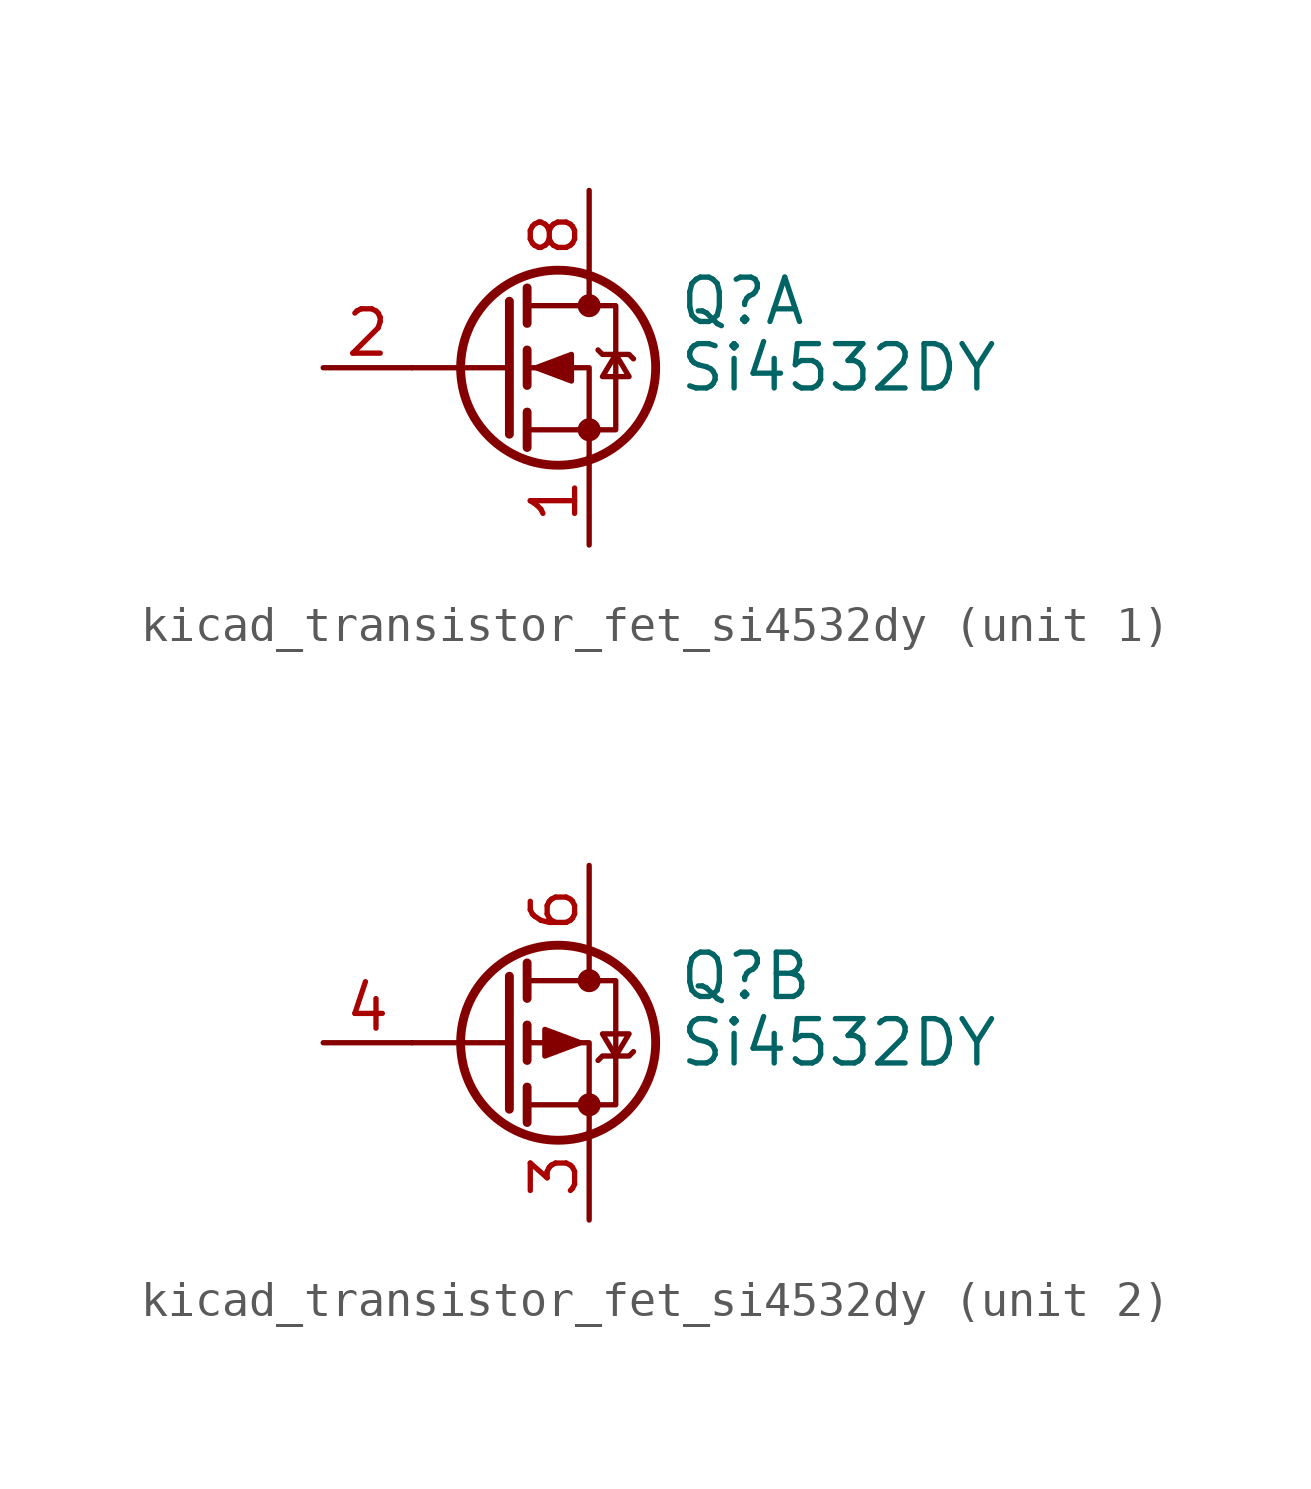
<source format=kicad_sym>
(kicad_symbol_lib
  (version 20220914)
  (generator kicad_symbol_editor)
  (symbol "kicad_transistor_fet_si4532dy"
    (pin_names hide)
    (property "Reference" "Q"
      (at 5.08 1.905 0)
      (effects (font (size 1.27 1.27)) (justify left)))
    (property "Value" "Si4532DY"
      (at 5.08 0 0)
      (effects (font (size 1.27 1.27)) (justify left)))
    (symbol "kicad_transistor_fet_si4532dy_0_1"
      (polyline (pts (xy 0.254 0) (xy -2.54 0)) (stroke (width 0) (type default)) (fill (type none)))
      (polyline (pts (xy 0.254 1.905) (xy 0.254 -1.905)) (stroke (width 0.254) (type default)) (fill (type none)))
      (polyline (pts (xy 0.762 -1.27) (xy 0.762 -2.286)) (stroke (width 0.254) (type default)) (fill (type none)))
      (polyline (pts (xy 0.762 0.508) (xy 0.762 -0.508)) (stroke (width 0.254) (type default)) (fill (type none)))
      (polyline (pts (xy 0.762 2.286) (xy 0.762 1.27)) (stroke (width 0.254) (type default)) (fill (type none)))
      (polyline (pts (xy 2.54 2.54) (xy 2.54 1.778)) (stroke (width 0) (type default)) (fill (type none)))
      (polyline (pts (xy 2.54 -2.54) (xy 2.54 0) (xy 0.762 0)) (stroke (width 0) (type default)) (fill (type none)))
      (polyline (pts (xy 0.762 -1.778) (xy 3.302 -1.778) (xy 3.302 1.778) (xy 0.762 1.778)) (stroke (width 0) (type default)) (fill (type none)))
      (circle (center 1.651 0) (radius 2.794) (stroke (width 0.254) (type default)) (fill (type none)))
      (circle (center 2.54 -1.778) (radius 0.254) (stroke (width 0) (type default)) (fill (type outline)))
      (circle (center 2.54 1.778) (radius 0.254) (stroke (width 0) (type default)) (fill (type outline))))
    (symbol "kicad_transistor_fet_si4532dy_1_1"
      (polyline (pts (xy 1.016 0) (xy 2.032 0.381) (xy 2.032 -0.381) (xy 1.016 0)) (stroke (width 0) (type default)) (fill (type outline)))
      (polyline (pts (xy 2.794 0.508) (xy 2.921 0.381) (xy 3.683 0.381) (xy 3.81 0.254)) (stroke (width 0) (type default)) (fill (type none)))
      (polyline (pts (xy 3.302 0.381) (xy 2.921 -0.254) (xy 3.683 -0.254) (xy 3.302 0.381)) (stroke (width 0) (type default)) (fill (type none)))
      (pin passive line (at 2.54 -5.08 90) (length 2.54) (name "S" (effects (font (size 1.27 1.27)))) (number "1" (effects (font (size 1.27 1.27)))))
      (pin input line (at -5.08 0 0) (length 2.54) (name "G" (effects (font (size 1.27 1.27)))) (number "2" (effects (font (size 1.27 1.27)))))
      (pin passive line (at 2.54 5.08 270) (length 2.54) hide (name "D" (effects (font (size 1.27 1.27)))) (number "7" (effects (font (size 1.27 1.27)))))
      (pin passive line (at 2.54 5.08 270) (length 2.54) (name "D" (effects (font (size 1.27 1.27)))) (number "8" (effects (font (size 1.27 1.27))))))
    (symbol "kicad_transistor_fet_si4532dy_2_1"
      (polyline (pts (xy 2.286 0) (xy 1.27 0.381) (xy 1.27 -0.381) (xy 2.286 0)) (stroke (width 0) (type default)) (fill (type outline)))
      (polyline (pts (xy 2.794 -0.508) (xy 2.921 -0.381) (xy 3.683 -0.381) (xy 3.81 -0.254)) (stroke (width 0) (type default)) (fill (type none)))
      (polyline (pts (xy 3.302 -0.381) (xy 2.921 0.254) (xy 3.683 0.254) (xy 3.302 -0.381)) (stroke (width 0) (type default)) (fill (type none)))
      (pin passive line (at 2.54 -5.08 90) (length 2.54) (name "1" (effects (font (size 1.27 1.27)))) (number "3" (effects (font (size 1.27 1.27)))))
      (pin input line (at -5.08 0 0) (length 2.54) (name "G" (effects (font (size 1.27 1.27)))) (number "4" (effects (font (size 1.27 1.27)))))
      (pin passive line (at 2.54 5.08 270) (length 2.54) hide (name "D" (effects (font (size 1.27 1.27)))) (number "5" (effects (font (size 1.27 1.27)))))
      (pin passive line (at 2.54 5.08 270) (length 2.54) (name "D" (effects (font (size 1.27 1.27)))) (number "6" (effects (font (size 1.27 1.27))))))))
</source>
